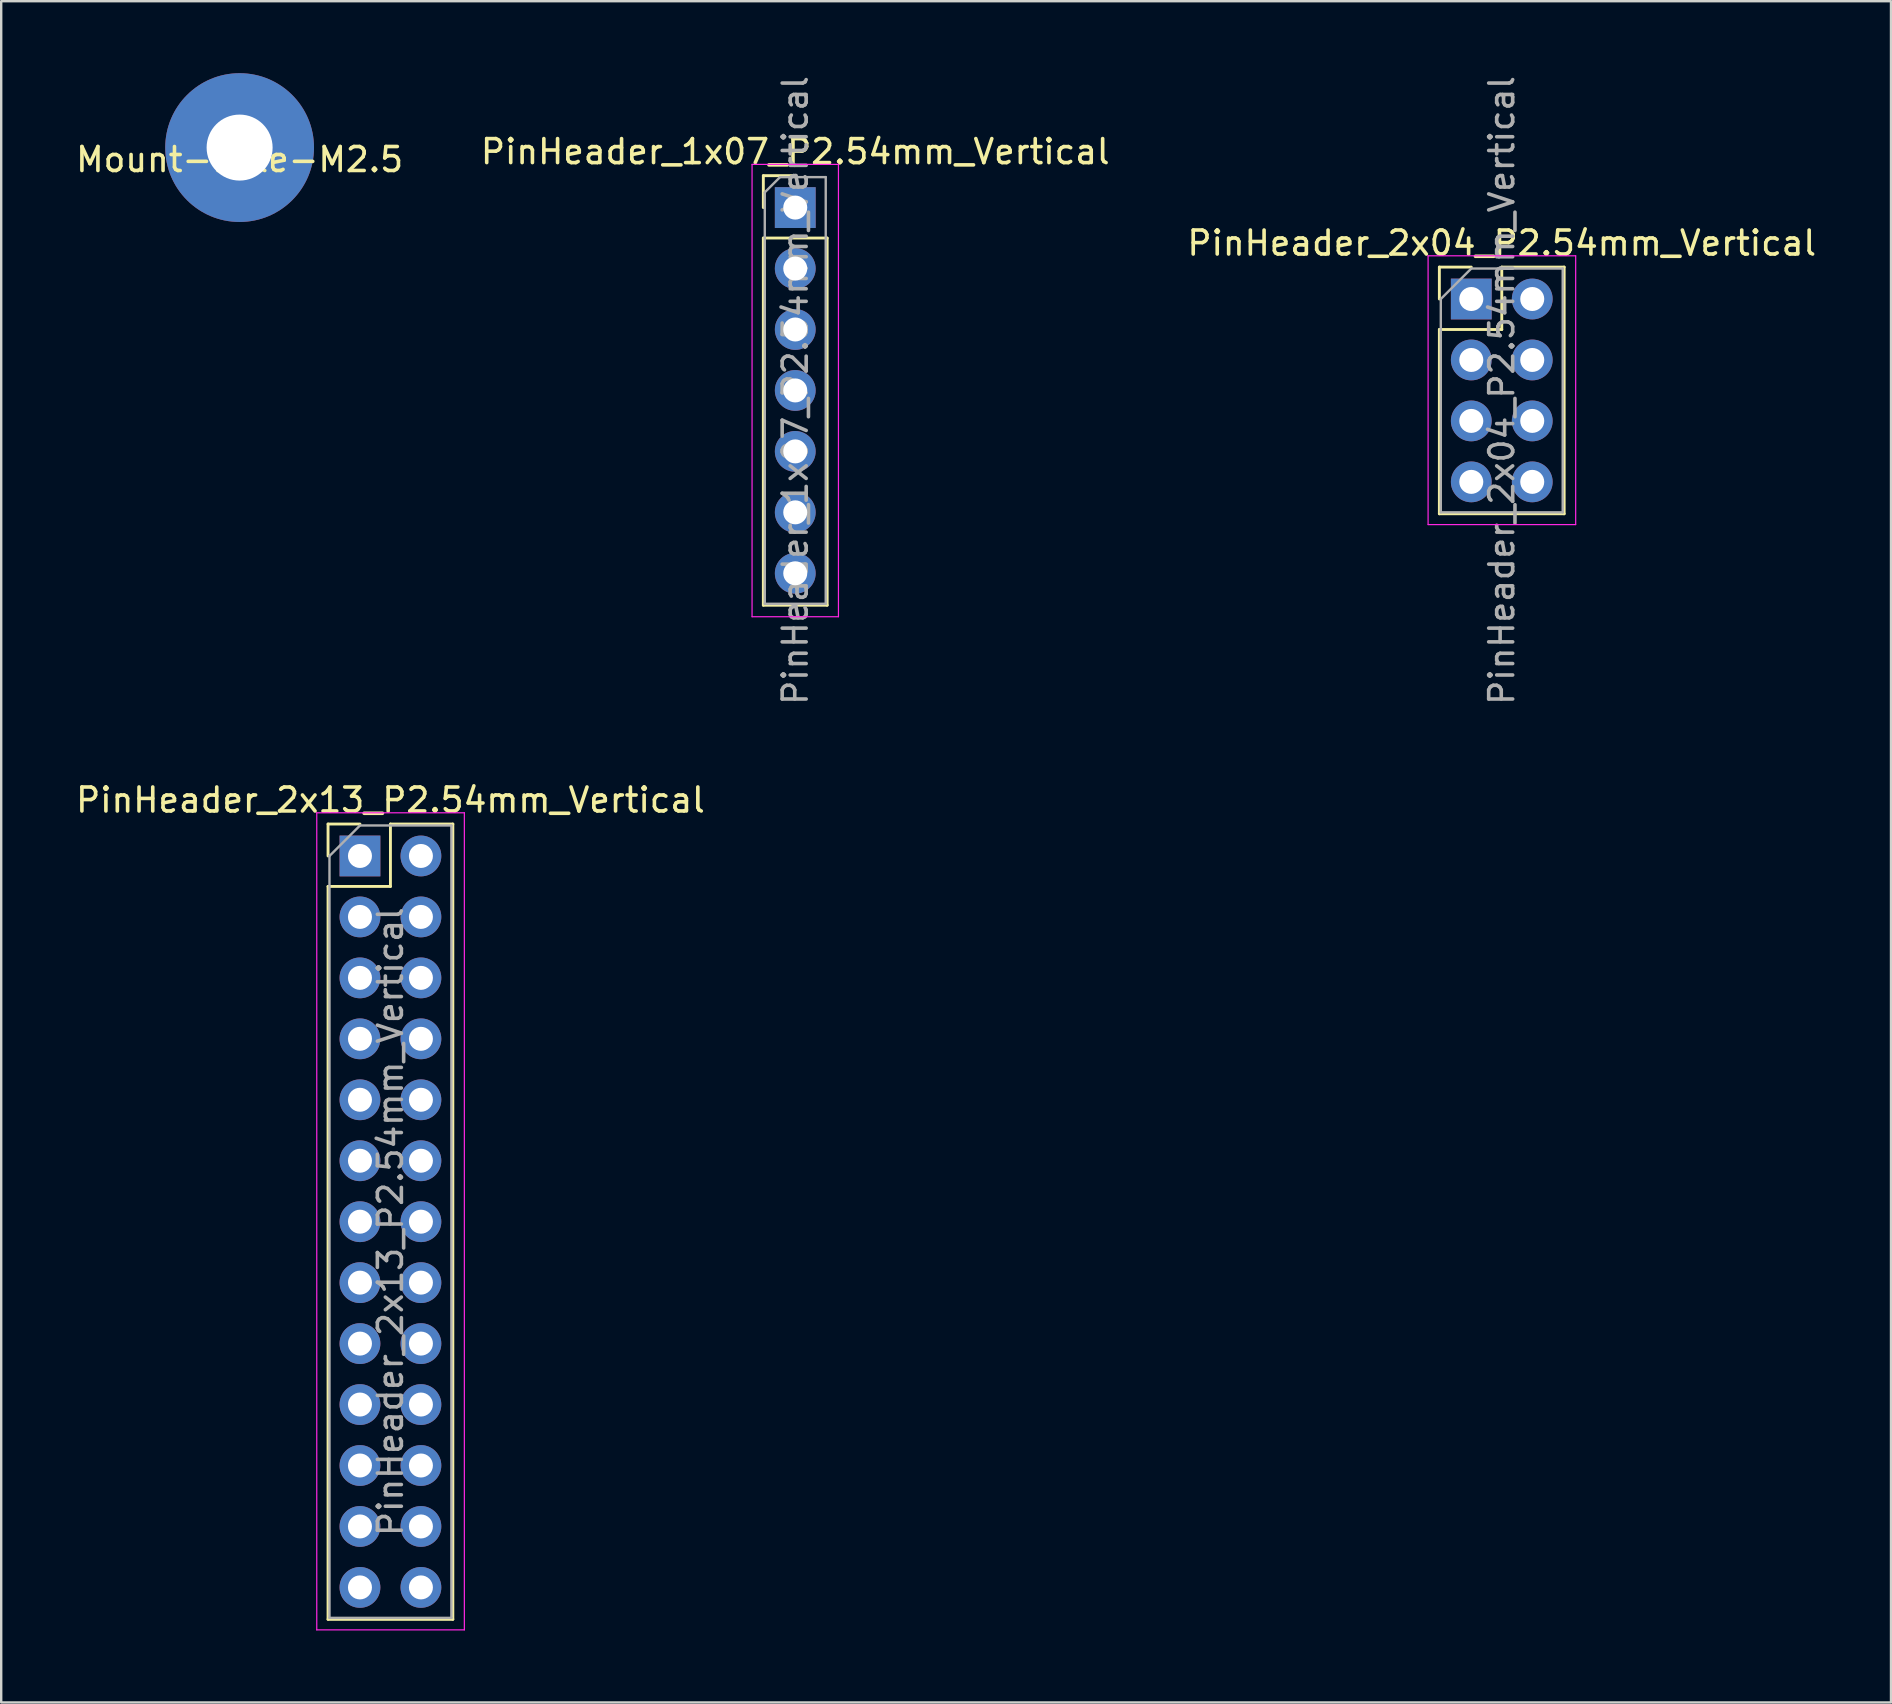
<source format=kicad_pcb>
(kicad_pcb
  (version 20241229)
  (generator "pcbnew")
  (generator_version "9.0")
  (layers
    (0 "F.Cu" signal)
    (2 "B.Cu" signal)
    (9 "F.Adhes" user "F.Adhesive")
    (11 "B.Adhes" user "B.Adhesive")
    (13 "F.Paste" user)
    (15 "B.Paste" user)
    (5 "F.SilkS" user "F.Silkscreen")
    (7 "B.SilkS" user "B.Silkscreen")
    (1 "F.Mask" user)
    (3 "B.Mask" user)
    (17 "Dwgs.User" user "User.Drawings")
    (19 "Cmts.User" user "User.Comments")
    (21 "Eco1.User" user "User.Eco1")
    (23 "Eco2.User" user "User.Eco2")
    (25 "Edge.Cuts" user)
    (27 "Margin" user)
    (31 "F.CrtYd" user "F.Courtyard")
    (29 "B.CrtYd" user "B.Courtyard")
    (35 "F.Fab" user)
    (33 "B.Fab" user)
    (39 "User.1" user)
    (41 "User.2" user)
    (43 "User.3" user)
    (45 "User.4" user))
  (footprint "PinHeader_1x07_P2.54mm_Vertical"
    (layer "F.Cu")
    (at 30.089 5.6)
    (property "Reference" "PinHeader_1x07_P2.54mm_Vertical" (at 0 -2.33 0) (layer "F.SilkS") (effects (font (size 1 1) (thickness 0.15))))
    (attr through_hole)
    (fp_line (start -1.33 -1.33) (end 0 -1.33) (stroke (width 0.12) (type solid)) (layer "F.SilkS"))
    (fp_line (start -1.33 0) (end -1.33 -1.33) (stroke (width 0.12) (type solid)) (layer "F.SilkS"))
    (fp_line (start -1.33 1.27) (end -1.33 16.57) (stroke (width 0.12) (type solid)) (layer "F.SilkS"))
    (fp_line (start -1.33 1.27) (end 1.33 1.27) (stroke (width 0.12) (type solid)) (layer "F.SilkS"))
    (fp_line (start -1.33 16.57) (end 1.33 16.57) (stroke (width 0.12) (type solid)) (layer "F.SilkS"))
    (fp_line (start 1.33 1.27) (end 1.33 16.57) (stroke (width 0.12) (type solid)) (layer "F.SilkS"))
    (fp_line (start -1.8 -1.8) (end -1.8 17.05) (stroke (width 0.05) (type solid)) (layer "F.CrtYd"))
    (fp_line (start -1.8 17.05) (end 1.8 17.05) (stroke (width 0.05) (type solid)) (layer "F.CrtYd"))
    (fp_line (start 1.8 -1.8) (end -1.8 -1.8) (stroke (width 0.05) (type solid)) (layer "F.CrtYd"))
    (fp_line (start 1.8 17.05) (end 1.8 -1.8) (stroke (width 0.05) (type solid)) (layer "F.CrtYd"))
    (fp_line (start -1.27 -0.635) (end -0.635 -1.27) (stroke (width 0.1) (type solid)) (layer "F.Fab"))
    (fp_line (start -1.27 16.51) (end -1.27 -0.635) (stroke (width 0.1) (type solid)) (layer "F.Fab"))
    (fp_line (start -0.635 -1.27) (end 1.27 -1.27) (stroke (width 0.1) (type solid)) (layer "F.Fab"))
    (fp_line (start 1.27 -1.27) (end 1.27 16.51) (stroke (width 0.1) (type solid)) (layer "F.Fab"))
    (fp_line (start 1.27 16.51) (end -1.27 16.51) (stroke (width 0.1) (type solid)) (layer "F.Fab"))
    (fp_text user "${REFERENCE}" (at 0 7.62 90) (layer "F.Fab") (effects (font (size 1 1) (thickness 0.15))))
    (pad "1" thru_hole rect (at 0 0) (size 1.7 1.7) (drill 1) (layers "*.Cu" "*.Mask"))
    (pad "2" thru_hole oval (at 0 2.54) (size 1.7 1.7) (drill 1) (layers "*.Cu" "*.Mask"))
    (pad "3" thru_hole oval (at 0 5.08) (size 1.7 1.7) (drill 1) (layers "*.Cu" "*.Mask"))
    (pad "4" thru_hole oval (at 0 7.62) (size 1.7 1.7) (drill 1) (layers "*.Cu" "*.Mask"))
    (pad "5" thru_hole oval (at 0 10.16) (size 1.7 1.7) (drill 1) (layers "*.Cu" "*.Mask"))
    (pad "6" thru_hole oval (at 0 12.7) (size 1.7 1.7) (drill 1) (layers "*.Cu" "*.Mask"))
    (pad "7" thru_hole oval (at 0 15.24) (size 1.7 1.7) (drill 1) (layers "*.Cu" "*.Mask")))
  (footprint "Mount-hole-M2.5"
    (layer "F.Cu")
    (at 6.935 3.1)
    (property "Reference" "Mount-hole-M2.5" (at 0 0.5 0) (layer "F.SilkS") (effects (font (size 1 1) (thickness 0.15))))
    (attr exclude_from_pos_files exclude_from_bom)
    (pad "1" thru_hole circle (at 0 0) (size 6.2 6.2) (drill 2.75) (layers "*.Cu" "*.Mask")))
  (footprint "PinHeader_2x04_P2.54mm_Vertical"
    (layer "F.Cu")
    (at 58.26 9.41)
    (property "Reference" "PinHeader_2x04_P2.54mm_Vertical" (at 1.27 -2.33 0) (layer "F.SilkS") (effects (font (size 1 1) (thickness 0.15))))
    (attr through_hole)
    (fp_line (start -1.33 -1.33) (end 0 -1.33) (stroke (width 0.12) (type solid)) (layer "F.SilkS"))
    (fp_line (start -1.33 0) (end -1.33 -1.33) (stroke (width 0.12) (type solid)) (layer "F.SilkS"))
    (fp_line (start -1.33 1.27) (end -1.33 8.95) (stroke (width 0.12) (type solid)) (layer "F.SilkS"))
    (fp_line (start -1.33 1.27) (end 1.27 1.27) (stroke (width 0.12) (type solid)) (layer "F.SilkS"))
    (fp_line (start -1.33 8.95) (end 3.87 8.95) (stroke (width 0.12) (type solid)) (layer "F.SilkS"))
    (fp_line (start 1.27 -1.33) (end 3.87 -1.33) (stroke (width 0.12) (type solid)) (layer "F.SilkS"))
    (fp_line (start 1.27 1.27) (end 1.27 -1.33) (stroke (width 0.12) (type solid)) (layer "F.SilkS"))
    (fp_line (start 3.87 -1.33) (end 3.87 8.95) (stroke (width 0.12) (type solid)) (layer "F.SilkS"))
    (fp_line (start -1.8 -1.8) (end -1.8 9.4) (stroke (width 0.05) (type solid)) (layer "F.CrtYd"))
    (fp_line (start -1.8 9.4) (end 4.35 9.4) (stroke (width 0.05) (type solid)) (layer "F.CrtYd"))
    (fp_line (start 4.35 -1.8) (end -1.8 -1.8) (stroke (width 0.05) (type solid)) (layer "F.CrtYd"))
    (fp_line (start 4.35 9.4) (end 4.35 -1.8) (stroke (width 0.05) (type solid)) (layer "F.CrtYd"))
    (fp_line (start -1.27 0) (end 0 -1.27) (stroke (width 0.1) (type solid)) (layer "F.Fab"))
    (fp_line (start -1.27 8.89) (end -1.27 0) (stroke (width 0.1) (type solid)) (layer "F.Fab"))
    (fp_line (start 0 -1.27) (end 3.81 -1.27) (stroke (width 0.1) (type solid)) (layer "F.Fab"))
    (fp_line (start 3.81 -1.27) (end 3.81 8.89) (stroke (width 0.1) (type solid)) (layer "F.Fab"))
    (fp_line (start 3.81 8.89) (end -1.27 8.89) (stroke (width 0.1) (type solid)) (layer "F.Fab"))
    (fp_text user "${REFERENCE}" (at 1.27 3.81 90) (layer "F.Fab") (effects (font (size 1 1) (thickness 0.15))))
    (pad "1" thru_hole rect (at 0 0) (size 1.7 1.7) (drill 1) (layers "*.Cu" "*.Mask"))
    (pad "2" thru_hole oval (at 2.54 0) (size 1.7 1.7) (drill 1) (layers "*.Cu" "*.Mask"))
    (pad "3" thru_hole oval (at 0 2.54) (size 1.7 1.7) (drill 1) (layers "*.Cu" "*.Mask"))
    (pad "4" thru_hole oval (at 2.54 2.54) (size 1.7 1.7) (drill 1) (layers "*.Cu" "*.Mask"))
    (pad "5" thru_hole oval (at 0 5.08) (size 1.7 1.7) (drill 1) (layers "*.Cu" "*.Mask"))
    (pad "6" thru_hole oval (at 2.54 5.08) (size 1.7 1.7) (drill 1) (layers "*.Cu" "*.Mask"))
    (pad "7" thru_hole oval (at 0 7.62) (size 1.7 1.7) (drill 1) (layers "*.Cu" "*.Mask"))
    (pad "8" thru_hole oval (at 2.54 7.62) (size 1.7 1.7) (drill 1) (layers "*.Cu" "*.Mask")))
  (footprint "PinHeader_2x13_P2.54mm_Vertical"
    (layer "F.Cu")
    (at 11.95 32.619)
    (property "Reference" "PinHeader_2x13_P2.54mm_Vertical" (at 1.27 -2.33 0) (layer "F.SilkS") (effects (font (size 1 1) (thickness 0.15))))
    (attr through_hole)
    (fp_line (start -1.33 -1.33) (end 0 -1.33) (stroke (width 0.12) (type solid)) (layer "F.SilkS"))
    (fp_line (start -1.33 0) (end -1.33 -1.33) (stroke (width 0.12) (type solid)) (layer "F.SilkS"))
    (fp_line (start -1.33 1.27) (end -1.33 31.81) (stroke (width 0.12) (type solid)) (layer "F.SilkS"))
    (fp_line (start -1.33 1.27) (end 1.27 1.27) (stroke (width 0.12) (type solid)) (layer "F.SilkS"))
    (fp_line (start -1.33 31.81) (end 3.87 31.81) (stroke (width 0.12) (type solid)) (layer "F.SilkS"))
    (fp_line (start 1.27 -1.33) (end 3.87 -1.33) (stroke (width 0.12) (type solid)) (layer "F.SilkS"))
    (fp_line (start 1.27 1.27) (end 1.27 -1.33) (stroke (width 0.12) (type solid)) (layer "F.SilkS"))
    (fp_line (start 3.87 -1.33) (end 3.87 31.81) (stroke (width 0.12) (type solid)) (layer "F.SilkS"))
    (fp_line (start -1.8 -1.8) (end -1.8 32.25) (stroke (width 0.05) (type solid)) (layer "F.CrtYd"))
    (fp_line (start -1.8 32.25) (end 4.35 32.25) (stroke (width 0.05) (type solid)) (layer "F.CrtYd"))
    (fp_line (start 4.35 -1.8) (end -1.8 -1.8) (stroke (width 0.05) (type solid)) (layer "F.CrtYd"))
    (fp_line (start 4.35 32.25) (end 4.35 -1.8) (stroke (width 0.05) (type solid)) (layer "F.CrtYd"))
    (fp_line (start -1.27 0) (end 0 -1.27) (stroke (width 0.1) (type solid)) (layer "F.Fab"))
    (fp_line (start -1.27 31.75) (end -1.27 0) (stroke (width 0.1) (type solid)) (layer "F.Fab"))
    (fp_line (start 0 -1.27) (end 3.81 -1.27) (stroke (width 0.1) (type solid)) (layer "F.Fab"))
    (fp_line (start 3.81 -1.27) (end 3.81 31.75) (stroke (width 0.1) (type solid)) (layer "F.Fab"))
    (fp_line (start 3.81 31.75) (end -1.27 31.75) (stroke (width 0.1) (type solid)) (layer "F.Fab"))
    (fp_text user "${REFERENCE}" (at 1.27 15.24 90) (layer "F.Fab") (effects (font (size 1 1) (thickness 0.15))))
    (pad "1" thru_hole rect (at 0 0) (size 1.7 1.7) (drill 1) (layers "*.Cu" "*.Mask"))
    (pad "2" thru_hole oval (at 2.54 0) (size 1.7 1.7) (drill 1) (layers "*.Cu" "*.Mask"))
    (pad "3" thru_hole oval (at 0 2.54) (size 1.7 1.7) (drill 1) (layers "*.Cu" "*.Mask"))
    (pad "4" thru_hole oval (at 2.54 2.54) (size 1.7 1.7) (drill 1) (layers "*.Cu" "*.Mask"))
    (pad "5" thru_hole oval (at 0 5.08) (size 1.7 1.7) (drill 1) (layers "*.Cu" "*.Mask"))
    (pad "6" thru_hole oval (at 2.54 5.08) (size 1.7 1.7) (drill 1) (layers "*.Cu" "*.Mask"))
    (pad "7" thru_hole oval (at 0 7.62) (size 1.7 1.7) (drill 1) (layers "*.Cu" "*.Mask"))
    (pad "8" thru_hole oval (at 2.54 7.62) (size 1.7 1.7) (drill 1) (layers "*.Cu" "*.Mask"))
    (pad "9" thru_hole oval (at 0 10.16) (size 1.7 1.7) (drill 1) (layers "*.Cu" "*.Mask"))
    (pad "10" thru_hole oval (at 2.54 10.16) (size 1.7 1.7) (drill 1) (layers "*.Cu" "*.Mask"))
    (pad "11" thru_hole oval (at 0 12.7) (size 1.7 1.7) (drill 1) (layers "*.Cu" "*.Mask"))
    (pad "12" thru_hole oval (at 2.54 12.7) (size 1.7 1.7) (drill 1) (layers "*.Cu" "*.Mask"))
    (pad "13" thru_hole oval (at 0 15.24) (size 1.7 1.7) (drill 1) (layers "*.Cu" "*.Mask"))
    (pad "14" thru_hole oval (at 2.54 15.24) (size 1.7 1.7) (drill 1) (layers "*.Cu" "*.Mask"))
    (pad "15" thru_hole oval (at 0 17.78) (size 1.7 1.7) (drill 1) (layers "*.Cu" "*.Mask"))
    (pad "16" thru_hole oval (at 2.54 17.78) (size 1.7 1.7) (drill 1) (layers "*.Cu" "*.Mask"))
    (pad "17" thru_hole oval (at 0 20.32) (size 1.7 1.7) (drill 1) (layers "*.Cu" "*.Mask"))
    (pad "18" thru_hole oval (at 2.54 20.32) (size 1.7 1.7) (drill 1) (layers "*.Cu" "*.Mask"))
    (pad "19" thru_hole oval (at 0 22.86) (size 1.7 1.7) (drill 1) (layers "*.Cu" "*.Mask"))
    (pad "20" thru_hole oval (at 2.54 22.86) (size 1.7 1.7) (drill 1) (layers "*.Cu" "*.Mask"))
    (pad "21" thru_hole oval (at 0 25.4) (size 1.7 1.7) (drill 1) (layers "*.Cu" "*.Mask"))
    (pad "22" thru_hole oval (at 2.54 25.4) (size 1.7 1.7) (drill 1) (layers "*.Cu" "*.Mask"))
    (pad "23" thru_hole oval (at 0 27.94) (size 1.7 1.7) (drill 1) (layers "*.Cu" "*.Mask"))
    (pad "24" thru_hole oval (at 2.54 27.94) (size 1.7 1.7) (drill 1) (layers "*.Cu" "*.Mask"))
    (pad "25" thru_hole oval (at 0 30.48) (size 1.7 1.7) (drill 1) (layers "*.Cu" "*.Mask"))
    (pad "26" thru_hole oval (at 2.54 30.48) (size 1.7 1.7) (drill 1) (layers "*.Cu" "*.Mask")))
  (gr_rect
    (start -3 -3)
    (end 75.75 67.894)
    (stroke (width 0.1) (type default))
    (fill no)
    (layer "Edge.Cuts")))
</source>
